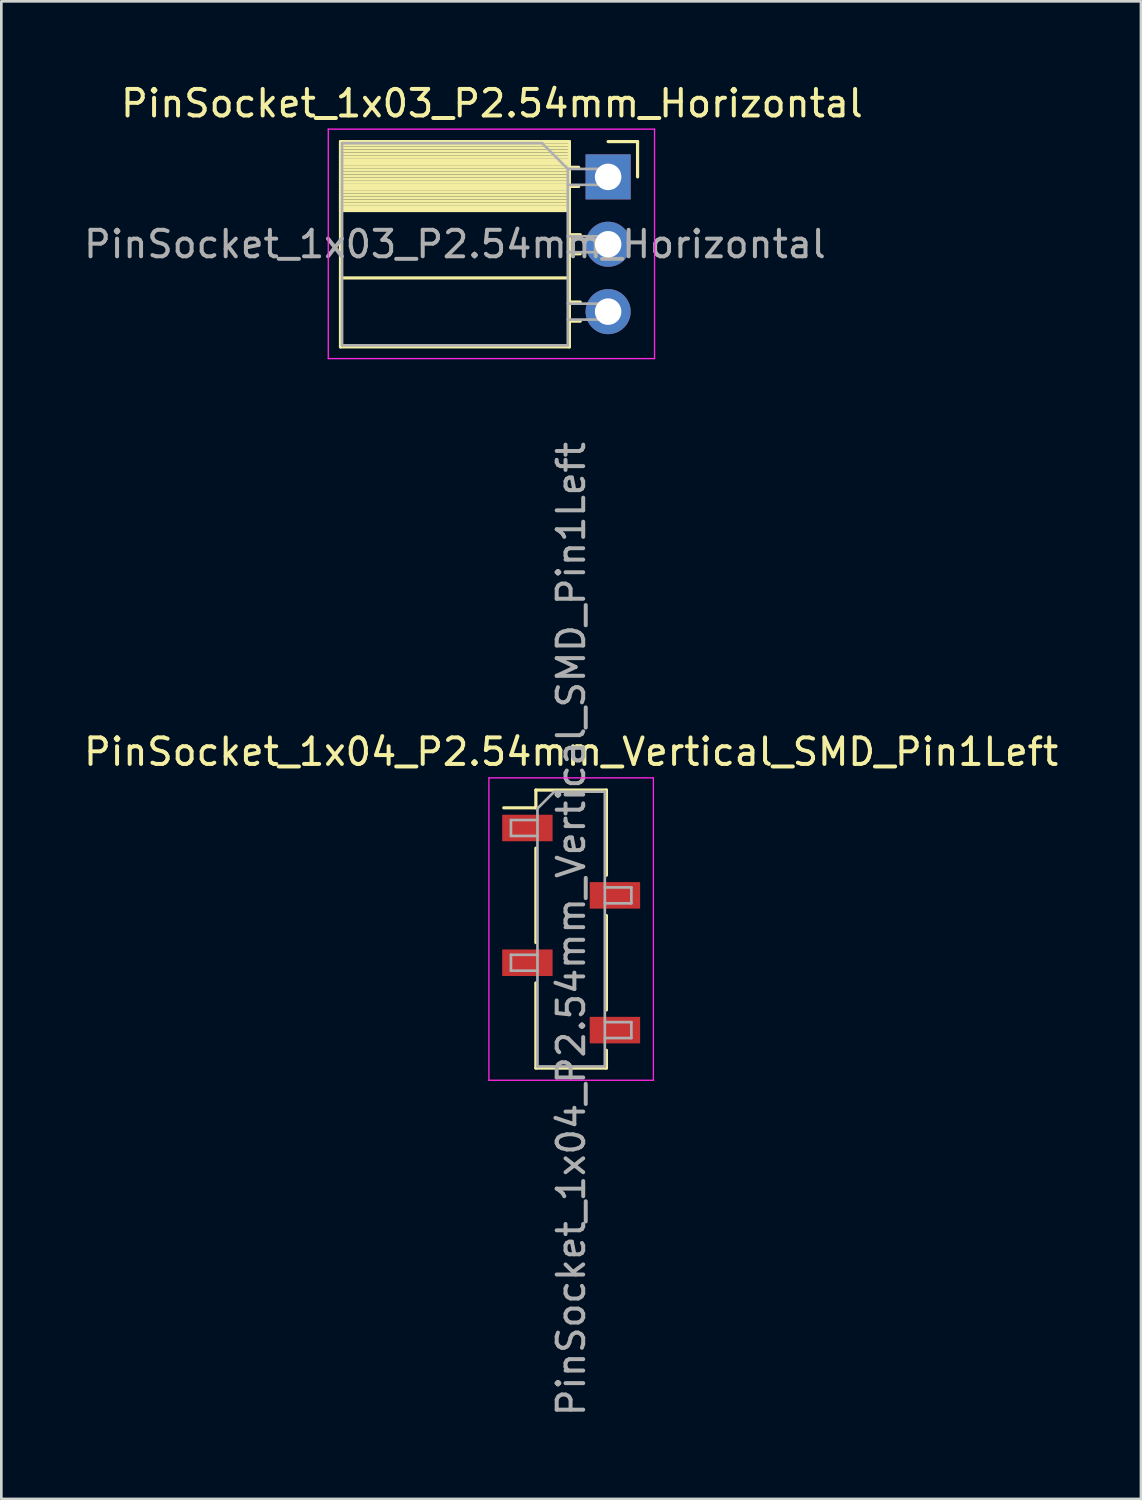
<source format=kicad_pcb>
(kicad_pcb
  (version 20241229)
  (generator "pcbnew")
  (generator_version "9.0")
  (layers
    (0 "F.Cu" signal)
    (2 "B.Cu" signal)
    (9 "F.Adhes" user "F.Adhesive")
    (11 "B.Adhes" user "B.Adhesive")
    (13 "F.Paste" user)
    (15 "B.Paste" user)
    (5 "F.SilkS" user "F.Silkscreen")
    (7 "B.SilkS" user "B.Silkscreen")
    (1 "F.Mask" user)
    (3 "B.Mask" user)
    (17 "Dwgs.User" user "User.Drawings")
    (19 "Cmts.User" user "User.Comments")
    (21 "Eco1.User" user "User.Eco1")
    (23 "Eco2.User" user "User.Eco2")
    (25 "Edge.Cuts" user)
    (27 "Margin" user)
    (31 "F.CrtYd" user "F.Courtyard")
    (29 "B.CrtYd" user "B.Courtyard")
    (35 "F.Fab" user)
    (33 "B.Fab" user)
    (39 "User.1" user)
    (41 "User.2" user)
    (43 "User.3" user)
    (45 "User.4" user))
  (footprint "PinSocket_1x03_P2.54mm_Horizontal"
    (layer "F.Cu")
    (at 19.876 3.618)
    (property "Reference" "PinSocket_1x03_P2.54mm_Horizontal" (at -4.38 -2.77 0) (layer "F.SilkS") (effects (font (size 1 1) (thickness 0.15))))
    (attr through_hole)
    (fp_line (start -10.09 -1.33) (end -10.09 6.41) (stroke (width 0.12) (type solid)) (layer "F.SilkS"))
    (fp_line (start -10.09 -1.33) (end -1.46 -1.33) (stroke (width 0.12) (type solid)) (layer "F.SilkS"))
    (fp_line (start -10.09 -1.21) (end -1.46 -1.21) (stroke (width 0.12) (type solid)) (layer "F.SilkS"))
    (fp_line (start -10.09 -1.092) (end -1.46 -1.092) (stroke (width 0.12) (type solid)) (layer "F.SilkS"))
    (fp_line (start -10.09 -0.974) (end -1.46 -0.974) (stroke (width 0.12) (type solid)) (layer "F.SilkS"))
    (fp_line (start -10.09 -0.856) (end -1.46 -0.856) (stroke (width 0.12) (type solid)) (layer "F.SilkS"))
    (fp_line (start -10.09 -0.738) (end -1.46 -0.738) (stroke (width 0.12) (type solid)) (layer "F.SilkS"))
    (fp_line (start -10.09 -0.62) (end -1.46 -0.62) (stroke (width 0.12) (type solid)) (layer "F.SilkS"))
    (fp_line (start -10.09 -0.501) (end -1.46 -0.501) (stroke (width 0.12) (type solid)) (layer "F.SilkS"))
    (fp_line (start -10.09 -0.383) (end -1.46 -0.383) (stroke (width 0.12) (type solid)) (layer "F.SilkS"))
    (fp_line (start -10.09 -0.265) (end -1.46 -0.265) (stroke (width 0.12) (type solid)) (layer "F.SilkS"))
    (fp_line (start -10.09 -0.147) (end -1.46 -0.147) (stroke (width 0.12) (type solid)) (layer "F.SilkS"))
    (fp_line (start -10.09 -0.029) (end -1.46 -0.029) (stroke (width 0.12) (type solid)) (layer "F.SilkS"))
    (fp_line (start -10.09 0.089) (end -1.46 0.089) (stroke (width 0.12) (type solid)) (layer "F.SilkS"))
    (fp_line (start -10.09 0.207) (end -1.46 0.207) (stroke (width 0.12) (type solid)) (layer "F.SilkS"))
    (fp_line (start -10.09 0.325) (end -1.46 0.325) (stroke (width 0.12) (type solid)) (layer "F.SilkS"))
    (fp_line (start -10.09 0.443) (end -1.46 0.443) (stroke (width 0.12) (type solid)) (layer "F.SilkS"))
    (fp_line (start -10.09 0.561) (end -1.46 0.561) (stroke (width 0.12) (type solid)) (layer "F.SilkS"))
    (fp_line (start -10.09 0.68) (end -1.46 0.68) (stroke (width 0.12) (type solid)) (layer "F.SilkS"))
    (fp_line (start -10.09 0.798) (end -1.46 0.798) (stroke (width 0.12) (type solid)) (layer "F.SilkS"))
    (fp_line (start -10.09 0.916) (end -1.46 0.916) (stroke (width 0.12) (type solid)) (layer "F.SilkS"))
    (fp_line (start -10.09 1.034) (end -1.46 1.034) (stroke (width 0.12) (type solid)) (layer "F.SilkS"))
    (fp_line (start -10.09 1.152) (end -1.46 1.152) (stroke (width 0.12) (type solid)) (layer "F.SilkS"))
    (fp_line (start -10.09 1.27) (end -1.46 1.27) (stroke (width 0.12) (type solid)) (layer "F.SilkS"))
    (fp_line (start -10.09 3.81) (end -1.46 3.81) (stroke (width 0.12) (type solid)) (layer "F.SilkS"))
    (fp_line (start -10.09 6.41) (end -1.46 6.41) (stroke (width 0.12) (type solid)) (layer "F.SilkS"))
    (fp_line (start -1.46 -1.33) (end -1.46 6.41) (stroke (width 0.12) (type solid)) (layer "F.SilkS"))
    (fp_line (start -1.46 -0.36) (end -1.11 -0.36) (stroke (width 0.12) (type solid)) (layer "F.SilkS"))
    (fp_line (start -1.46 0.36) (end -1.11 0.36) (stroke (width 0.12) (type solid)) (layer "F.SilkS"))
    (fp_line (start -1.46 2.18) (end -1.05 2.18) (stroke (width 0.12) (type solid)) (layer "F.SilkS"))
    (fp_line (start -1.46 2.9) (end -1.05 2.9) (stroke (width 0.12) (type solid)) (layer "F.SilkS"))
    (fp_line (start -1.46 4.72) (end -1.05 4.72) (stroke (width 0.12) (type solid)) (layer "F.SilkS"))
    (fp_line (start -1.46 5.44) (end -1.05 5.44) (stroke (width 0.12) (type solid)) (layer "F.SilkS"))
    (fp_line (start 0 -1.33) (end 1.11 -1.33) (stroke (width 0.12) (type solid)) (layer "F.SilkS"))
    (fp_line (start 1.11 -1.33) (end 1.11 0) (stroke (width 0.12) (type solid)) (layer "F.SilkS"))
    (fp_line (start -10.55 -1.8) (end -10.55 6.85) (stroke (width 0.05) (type solid)) (layer "F.CrtYd"))
    (fp_line (start -10.55 6.85) (end 1.75 6.85) (stroke (width 0.05) (type solid)) (layer "F.CrtYd"))
    (fp_line (start 1.75 -1.8) (end -10.55 -1.8) (stroke (width 0.05) (type solid)) (layer "F.CrtYd"))
    (fp_line (start 1.75 6.85) (end 1.75 -1.8) (stroke (width 0.05) (type solid)) (layer "F.CrtYd"))
    (fp_line (start -10.03 -1.27) (end -2.49 -1.27) (stroke (width 0.1) (type solid)) (layer "F.Fab"))
    (fp_line (start -10.03 6.35) (end -10.03 -1.27) (stroke (width 0.1) (type solid)) (layer "F.Fab"))
    (fp_line (start -2.49 -1.27) (end -1.52 -0.3) (stroke (width 0.1) (type solid)) (layer "F.Fab"))
    (fp_line (start -1.52 -0.3) (end -1.52 6.35) (stroke (width 0.1) (type solid)) (layer "F.Fab"))
    (fp_line (start -1.52 0.3) (end 0 0.3) (stroke (width 0.1) (type solid)) (layer "F.Fab"))
    (fp_line (start -1.52 2.84) (end 0 2.84) (stroke (width 0.1) (type solid)) (layer "F.Fab"))
    (fp_line (start -1.52 5.38) (end 0 5.38) (stroke (width 0.1) (type solid)) (layer "F.Fab"))
    (fp_line (start -1.52 6.35) (end -10.03 6.35) (stroke (width 0.1) (type solid)) (layer "F.Fab"))
    (fp_line (start 0 -0.3) (end -1.52 -0.3) (stroke (width 0.1) (type solid)) (layer "F.Fab"))
    (fp_line (start 0 0.3) (end 0 -0.3) (stroke (width 0.1) (type solid)) (layer "F.Fab"))
    (fp_line (start 0 2.24) (end -1.52 2.24) (stroke (width 0.1) (type solid)) (layer "F.Fab"))
    (fp_line (start 0 2.84) (end 0 2.24) (stroke (width 0.1) (type solid)) (layer "F.Fab"))
    (fp_line (start 0 4.78) (end -1.52 4.78) (stroke (width 0.1) (type solid)) (layer "F.Fab"))
    (fp_line (start 0 5.38) (end 0 4.78) (stroke (width 0.1) (type solid)) (layer "F.Fab"))
    (fp_text user "${REFERENCE}" (at -5.775 2.54 0) (layer "F.Fab") (effects (font (size 1 1) (thickness 0.15))))
    (pad "1" thru_hole rect (at 0 0) (size 1.7 1.7) (drill 1) (layers "*.Cu" "*.Mask"))
    (pad "2" thru_hole oval (at 0 2.54) (size 1.7 1.7) (drill 1) (layers "*.Cu" "*.Mask"))
    (pad "3" thru_hole oval (at 0 5.08) (size 1.7 1.7) (drill 1) (layers "*.Cu" "*.Mask")))
  (footprint "PinSocket_1x04_P2.54mm_Vertical_SMD_Pin1Left"
    (layer "F.Cu")
    (at 18.482 31.975)
    (property "Reference" "PinSocket_1x04_P2.54mm_Vertical_SMD_Pin1Left" (at 0 -6.68 0) (layer "F.SilkS") (effects (font (size 1 1) (thickness 0.15))))
    (attr smd)
    (fp_line (start -2.54 -4.57) (end -1.33 -4.57) (stroke (width 0.12) (type solid)) (layer "F.SilkS"))
    (fp_line (start -1.33 -5.24) (end -1.33 -4.57) (stroke (width 0.12) (type solid)) (layer "F.SilkS"))
    (fp_line (start -1.33 -5.24) (end 1.33 -5.24) (stroke (width 0.12) (type solid)) (layer "F.SilkS"))
    (fp_line (start -1.33 -3.05) (end -1.33 0.51) (stroke (width 0.12) (type solid)) (layer "F.SilkS"))
    (fp_line (start -1.33 2.03) (end -1.33 5.24) (stroke (width 0.12) (type solid)) (layer "F.SilkS"))
    (fp_line (start -1.33 5.24) (end 1.33 5.24) (stroke (width 0.12) (type solid)) (layer "F.SilkS"))
    (fp_line (start 1.33 -5.24) (end 1.33 -2.03) (stroke (width 0.12) (type solid)) (layer "F.SilkS"))
    (fp_line (start 1.33 -0.51) (end 1.33 3.05) (stroke (width 0.12) (type solid)) (layer "F.SilkS"))
    (fp_line (start 1.33 4.57) (end 1.33 5.24) (stroke (width 0.12) (type solid)) (layer "F.SilkS"))
    (fp_line (start -3.1 -5.7) (end 3.1 -5.7) (stroke (width 0.05) (type solid)) (layer "F.CrtYd"))
    (fp_line (start -3.1 5.7) (end -3.1 -5.7) (stroke (width 0.05) (type solid)) (layer "F.CrtYd"))
    (fp_line (start 3.1 -5.7) (end 3.1 5.7) (stroke (width 0.05) (type solid)) (layer "F.CrtYd"))
    (fp_line (start 3.1 5.7) (end -3.1 5.7) (stroke (width 0.05) (type solid)) (layer "F.CrtYd"))
    (fp_line (start -2.27 -4.11) (end -1.27 -4.11) (stroke (width 0.1) (type solid)) (layer "F.Fab"))
    (fp_line (start -2.27 -3.51) (end -2.27 -4.11) (stroke (width 0.1) (type solid)) (layer "F.Fab"))
    (fp_line (start -2.27 0.97) (end -1.27 0.97) (stroke (width 0.1) (type solid)) (layer "F.Fab"))
    (fp_line (start -2.27 1.57) (end -2.27 0.97) (stroke (width 0.1) (type solid)) (layer "F.Fab"))
    (fp_line (start -1.27 -4.545) (end -0.635 -5.18) (stroke (width 0.1) (type solid)) (layer "F.Fab"))
    (fp_line (start -1.27 -3.51) (end -2.27 -3.51) (stroke (width 0.1) (type solid)) (layer "F.Fab"))
    (fp_line (start -1.27 1.57) (end -2.27 1.57) (stroke (width 0.1) (type solid)) (layer "F.Fab"))
    (fp_line (start -1.27 5.18) (end -1.27 -4.545) (stroke (width 0.1) (type solid)) (layer "F.Fab"))
    (fp_line (start -0.635 -5.18) (end 1.27 -5.18) (stroke (width 0.1) (type solid)) (layer "F.Fab"))
    (fp_line (start 1.27 -5.18) (end 1.27 5.18) (stroke (width 0.1) (type solid)) (layer "F.Fab"))
    (fp_line (start 1.27 -1.57) (end 2.27 -1.57) (stroke (width 0.1) (type solid)) (layer "F.Fab"))
    (fp_line (start 1.27 3.51) (end 2.27 3.51) (stroke (width 0.1) (type solid)) (layer "F.Fab"))
    (fp_line (start 1.27 5.18) (end -1.27 5.18) (stroke (width 0.1) (type solid)) (layer "F.Fab"))
    (fp_line (start 2.27 -1.57) (end 2.27 -0.97) (stroke (width 0.1) (type solid)) (layer "F.Fab"))
    (fp_line (start 2.27 -0.97) (end 1.27 -0.97) (stroke (width 0.1) (type solid)) (layer "F.Fab"))
    (fp_line (start 2.27 3.51) (end 2.27 4.11) (stroke (width 0.1) (type solid)) (layer "F.Fab"))
    (fp_line (start 2.27 4.11) (end 1.27 4.11) (stroke (width 0.1) (type solid)) (layer "F.Fab"))
    (fp_text user "${REFERENCE}" (at 0 0 90) (layer "F.Fab") (effects (font (size 1 1) (thickness 0.15))))
    (pad "1" smd rect (at -1.65 -3.81) (size 1.9 1) (layers "F.Cu" "F.Mask" "F.Paste"))
    (pad "2" smd rect (at 1.65 -1.27) (size 1.9 1) (layers "F.Cu" "F.Mask" "F.Paste"))
    (pad "3" smd rect (at -1.65 1.27) (size 1.9 1) (layers "F.Cu" "F.Mask" "F.Paste"))
    (pad "4" smd rect (at 1.65 3.81) (size 1.9 1) (layers "F.Cu" "F.Mask" "F.Paste")))
  (gr_rect
    (start -3 -3)
    (end 39.964 53.458)
    (stroke (width 0.1) (type default))
    (fill no)
    (layer "Edge.Cuts")))
</source>
